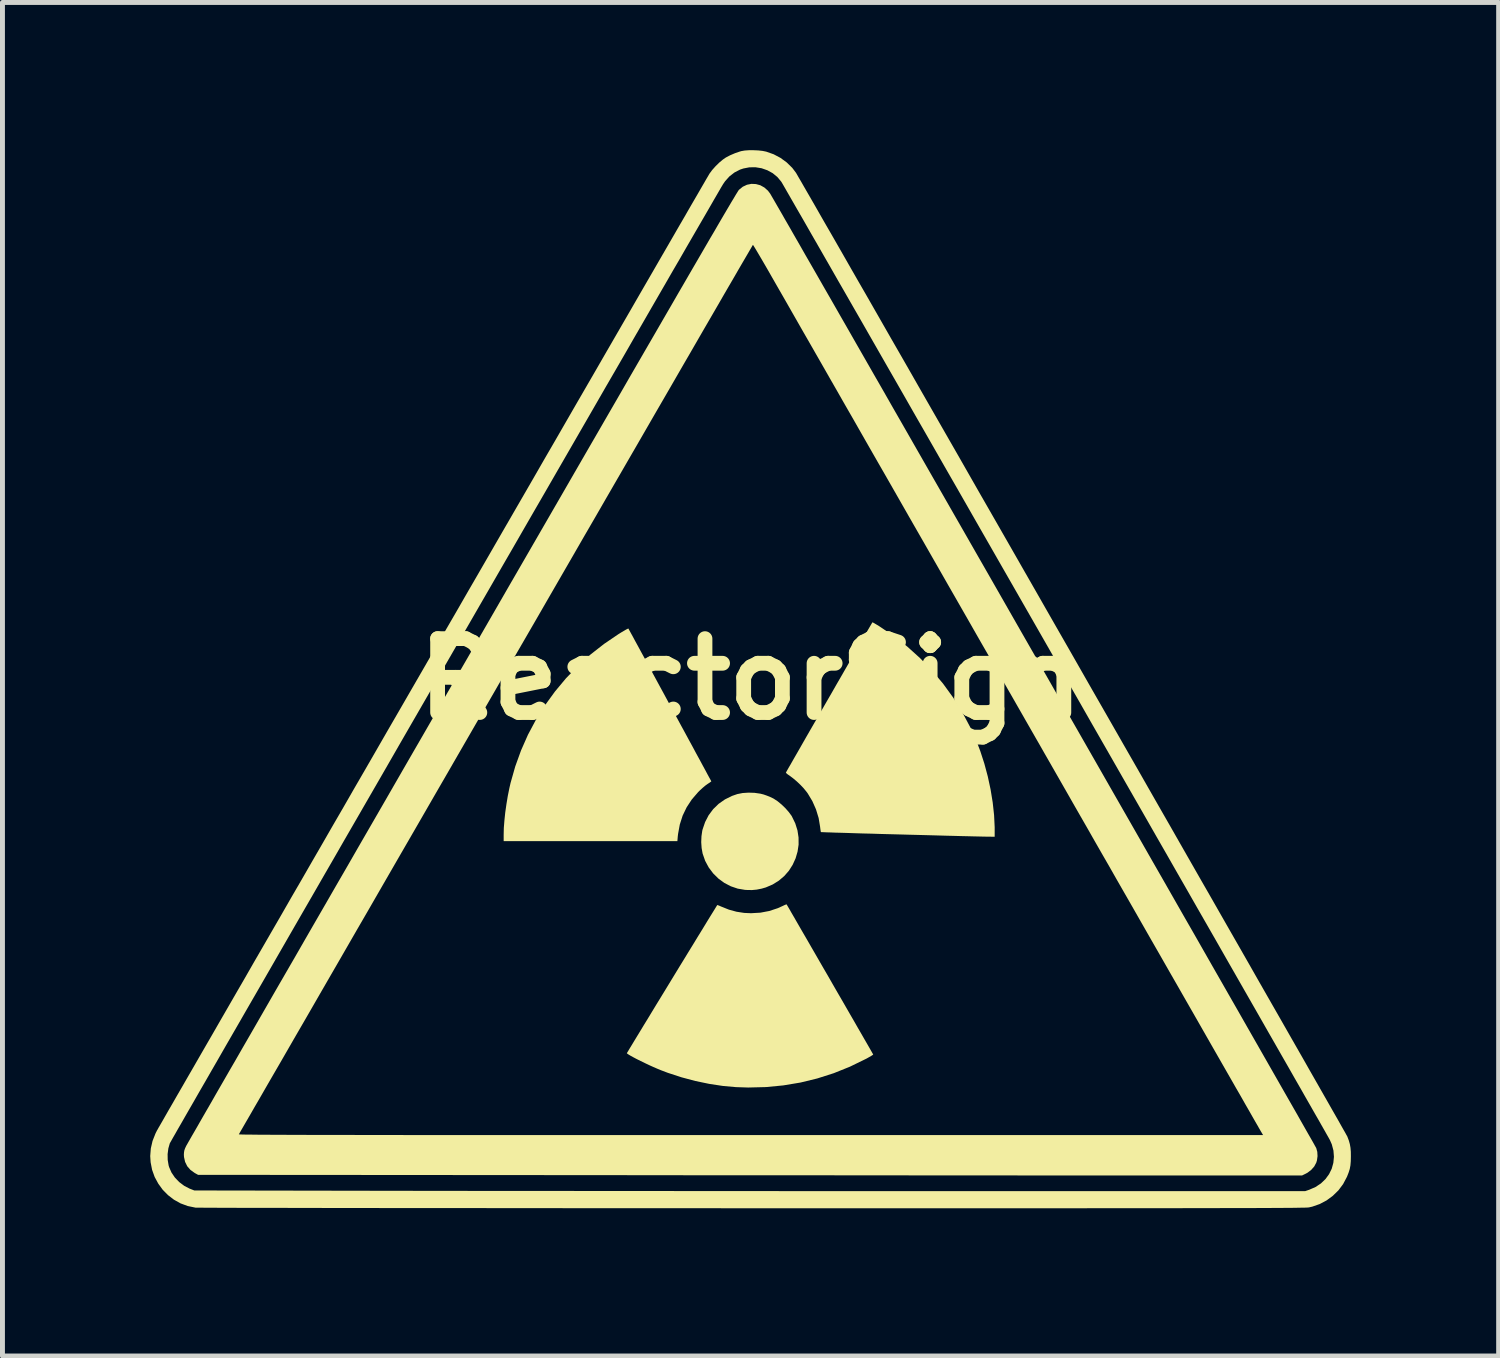
<source format=kicad_pcb>
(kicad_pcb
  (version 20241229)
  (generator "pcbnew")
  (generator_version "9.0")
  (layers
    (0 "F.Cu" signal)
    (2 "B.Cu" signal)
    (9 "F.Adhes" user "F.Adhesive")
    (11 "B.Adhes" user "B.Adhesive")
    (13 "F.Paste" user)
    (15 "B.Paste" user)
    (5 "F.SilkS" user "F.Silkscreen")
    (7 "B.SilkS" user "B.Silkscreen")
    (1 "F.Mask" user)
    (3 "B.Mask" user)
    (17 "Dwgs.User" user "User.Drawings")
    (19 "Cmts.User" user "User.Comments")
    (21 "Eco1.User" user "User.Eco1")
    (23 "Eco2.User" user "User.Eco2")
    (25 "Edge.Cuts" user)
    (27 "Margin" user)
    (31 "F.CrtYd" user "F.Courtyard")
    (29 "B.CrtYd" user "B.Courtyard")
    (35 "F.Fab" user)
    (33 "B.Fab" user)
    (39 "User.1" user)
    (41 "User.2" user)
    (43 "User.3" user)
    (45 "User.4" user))
  (footprint "ReactorSign"
    (layer "F.Cu")
    (at 12.192 10.738)
    (property "Reference" "ReactorSign" (at 0 0 0) (layer "F.SilkS") (effects (font (size 1.5 1.5) (thickness 0.3))))
    (attr board_only exclude_from_pos_files exclude_from_bom)
    (fp_poly (pts (xy 0.078 2.309) (xy 0.196 2.326) (xy 0.26 2.342) (xy 0.326 2.365) (xy 0.398 2.394) (xy 0.46 2.424) (xy 0.47 2.43) (xy 0.546 2.48) (xy 0.626 2.546) (xy 0.705 2.622) (xy 0.775 2.702) (xy 0.83 2.777) (xy 0.836 2.788) (xy 0.904 2.928) (xy 0.949 3.071) (xy 0.971 3.216) (xy 0.972 3.361) (xy 0.951 3.502) (xy 0.911 3.639) (xy 0.852 3.769) (xy 0.776 3.889) (xy 0.682 3.997) (xy 0.572 4.091) (xy 0.447 4.169) (xy 0.308 4.229) (xy 0.222 4.254) (xy 0.12 4.274) (xy 0.024 4.283) (xy -0.079 4.281) (xy -0.116 4.279) (xy -0.264 4.254) (xy -0.405 4.206) (xy -0.537 4.137) (xy -0.657 4.049) (xy -0.763 3.944) (xy -0.853 3.824) (xy -0.925 3.69) (xy -0.976 3.544) (xy -0.978 3.535) (xy -0.997 3.429) (xy -1.005 3.31) (xy -1 3.19) (xy -0.984 3.079) (xy -0.978 3.054) (xy -0.926 2.902) (xy -0.854 2.763) (xy -0.762 2.64) (xy -0.651 2.532) (xy -0.524 2.443) (xy -0.381 2.372) (xy -0.271 2.334) (xy -0.164 2.313) (xy -0.045 2.305)) (stroke (width 0) (type solid)) (fill yes) (layer "F.SilkS"))
    (fp_poly (pts (xy -2.485 -1.028) (xy -2.478 -1.016) (xy -2.46 -0.983) (xy -2.432 -0.932) (xy -2.394 -0.863) (xy -2.348 -0.777) (xy -2.293 -0.677) (xy -2.232 -0.564) (xy -2.164 -0.44) (xy -2.091 -0.306) (xy -2.014 -0.163) (xy -1.933 -0.014) (xy -1.849 0.141) (xy -1.763 0.299) (xy -1.676 0.46) (xy -1.588 0.621) (xy -1.501 0.782) (xy -1.416 0.939) (xy -1.332 1.093) (xy -1.252 1.241) (xy -1.175 1.382) (xy -1.104 1.515) (xy -1.037 1.637) (xy -0.978 1.747) (xy -0.925 1.844) (xy -0.881 1.927) (xy -0.845 1.993) (xy -0.819 2.04) (xy -0.804 2.069) (xy -0.8 2.076) (xy -0.81 2.084) (xy -0.836 2.103) (xy -0.873 2.127) (xy -0.88 2.132) (xy -0.923 2.163) (xy -0.975 2.207) (xy -1.029 2.256) (xy -1.069 2.296) (xy -1.196 2.443) (xy -1.3 2.601) (xy -1.382 2.771) (xy -1.44 2.952) (xy -1.475 3.143) (xy -1.481 3.192) (xy -1.489 3.289) (xy -3.253 3.289) (xy -5.016 3.289) (xy -5.016 3.158) (xy -5.013 3.024) (xy -5.001 2.872) (xy -4.984 2.709) (xy -4.96 2.54) (xy -4.932 2.371) (xy -4.899 2.208) (xy -4.876 2.108) (xy -4.781 1.773) (xy -4.663 1.447) (xy -4.523 1.13) (xy -4.36 0.824) (xy -4.177 0.531) (xy -3.973 0.25) (xy -3.751 -0.016) (xy -3.51 -0.266) (xy -3.252 -0.5) (xy -2.977 -0.715) (xy -2.687 -0.912) (xy -2.629 -0.948) (xy -2.576 -0.979) (xy -2.532 -1.005) (xy -2.5 -1.021) (xy -2.485 -1.028)) (stroke (width 0) (type solid)) (fill yes) (layer "F.SilkS"))
    (fp_poly (pts (xy 2.482 -1.149) (xy 2.511 -1.133) (xy 2.553 -1.108) (xy 2.604 -1.077) (xy 2.612 -1.072) (xy 2.903 -0.876) (xy 3.179 -0.66) (xy 3.438 -0.426) (xy 3.68 -0.175) (xy 3.904 0.091) (xy 4.109 0.373) (xy 4.293 0.668) (xy 4.456 0.976) (xy 4.597 1.294) (xy 4.661 1.462) (xy 4.743 1.715) (xy 4.813 1.976) (xy 4.87 2.241) (xy 4.913 2.505) (xy 4.941 2.762) (xy 4.953 3.007) (xy 4.953 3.051) (xy 4.953 3.2) (xy 4.791 3.199) (xy 4.758 3.198) (xy 4.701 3.197) (xy 4.622 3.195) (xy 4.523 3.193) (xy 4.406 3.19) (xy 4.272 3.187) (xy 4.123 3.183) (xy 3.96 3.179) (xy 3.786 3.174) (xy 3.602 3.169) (xy 3.41 3.164) (xy 3.211 3.159) (xy 3.03 3.154) (xy 2.831 3.149) (xy 2.638 3.144) (xy 2.455 3.138) (xy 2.281 3.134) (xy 2.119 3.129) (xy 1.97 3.124) (xy 1.836 3.12) (xy 1.718 3.117) (xy 1.618 3.113) (xy 1.537 3.111) (xy 1.477 3.108) (xy 1.439 3.107) (xy 1.425 3.106) (xy 1.425 3.106) (xy 1.421 3.091) (xy 1.416 3.058) (xy 1.41 3.012) (xy 1.409 3.001) (xy 1.379 2.821) (xy 1.325 2.644) (xy 1.251 2.477) (xy 1.158 2.322) (xy 1.13 2.284) (xy 1.076 2.218) (xy 1.009 2.147) (xy 0.936 2.078) (xy 0.863 2.016) (xy 0.798 1.967) (xy 0.787 1.959) (xy 0.75 1.934) (xy 0.724 1.912) (xy 0.714 1.898) (xy 0.714 1.898) (xy 0.721 1.886) (xy 0.739 1.854) (xy 0.768 1.802) (xy 0.808 1.734) (xy 0.856 1.649) (xy 0.913 1.55) (xy 0.977 1.439) (xy 1.047 1.316) (xy 1.123 1.183) (xy 1.204 1.042) (xy 1.289 0.895) (xy 1.377 0.742) (xy 1.467 0.586) (xy 1.558 0.428) (xy 1.65 0.269) (xy 1.74 0.111) (xy 1.83 -0.044) (xy 1.917 -0.196) (xy 2.001 -0.341) (xy 2.081 -0.48) (xy 2.156 -0.61) (xy 2.225 -0.729) (xy 2.287 -0.837) (xy 2.342 -0.932) (xy 2.388 -1.012) (xy 2.425 -1.075) (xy 2.452 -1.121) (xy 2.467 -1.147) (xy 2.471 -1.153)) (stroke (width 0) (type solid)) (fill yes) (layer "F.SilkS"))
    (fp_poly (pts (xy 0.728 4.573) (xy 0.735 4.585) (xy 0.754 4.617) (xy 0.784 4.668) (xy 0.823 4.737) (xy 0.872 4.821) (xy 0.929 4.92) (xy 0.993 5.031) (xy 1.064 5.154) (xy 1.141 5.286) (xy 1.222 5.427) (xy 1.307 5.574) (xy 1.395 5.727) (xy 1.485 5.883) (xy 1.577 6.041) (xy 1.668 6.2) (xy 1.759 6.358) (xy 1.849 6.513) (xy 1.936 6.664) (xy 2.02 6.81) (xy 2.1 6.948) (xy 2.174 7.078) (xy 2.243 7.197) (xy 2.305 7.305) (xy 2.36 7.4) (xy 2.406 7.48) (xy 2.442 7.543) (xy 2.468 7.589) (xy 2.483 7.615) (xy 2.487 7.621) (xy 2.478 7.63) (xy 2.45 7.648) (xy 2.407 7.673) (xy 2.354 7.703) (xy 2.334 7.713) (xy 2.014 7.869) (xy 1.686 8.001) (xy 1.351 8.108) (xy 1.01 8.191) (xy 0.662 8.249) (xy 0.308 8.283) (xy -0.052 8.292) (xy -0.298 8.284) (xy -0.566 8.26) (xy -0.843 8.218) (xy -1.126 8.159) (xy -1.407 8.084) (xy -1.682 7.994) (xy -1.822 7.941) (xy -1.897 7.91) (xy -1.978 7.875) (xy -2.064 7.836) (xy -2.15 7.795) (xy -2.234 7.754) (xy -2.313 7.715) (xy -2.383 7.678) (xy -2.441 7.646) (xy -2.484 7.62) (xy -2.509 7.602) (xy -2.515 7.595) (xy -2.508 7.583) (xy -2.489 7.552) (xy -2.459 7.501) (xy -2.418 7.434) (xy -2.368 7.351) (xy -2.309 7.254) (xy -2.242 7.144) (xy -2.169 7.023) (xy -2.089 6.893) (xy -2.005 6.754) (xy -1.917 6.609) (xy -1.825 6.459) (xy -1.731 6.305) (xy -1.636 6.149) (xy -1.541 5.993) (xy -1.446 5.837) (xy -1.352 5.684) (xy -1.261 5.535) (xy -1.173 5.392) (xy -1.09 5.255) (xy -1.011 5.127) (xy -0.939 5.009) (xy -0.874 4.902) (xy -0.816 4.808) (xy -0.767 4.729) (xy -0.728 4.666) (xy -0.7 4.62) (xy -0.684 4.594) (xy -0.679 4.587) (xy -0.667 4.59) (xy -0.638 4.601) (xy -0.602 4.617) (xy -0.442 4.681) (xy -0.288 4.723) (xy -0.132 4.747) (xy 0.006 4.753) (xy 0.196 4.742) (xy 0.376 4.708) (xy 0.549 4.651) (xy 0.642 4.609) (xy 0.682 4.59) (xy 0.713 4.577) (xy 0.728 4.573)) (stroke (width 0) (type solid)) (fill yes) (layer "F.SilkS"))
    (fp_poly (pts (xy 0.105 -10.051) (xy 0.194 -10.027) (xy 0.277 -9.981) (xy 0.35 -9.916) (xy 0.39 -9.863) (xy 0.4 -9.848) (xy 0.421 -9.811) (xy 0.455 -9.753) (xy 0.5 -9.675) (xy 0.556 -9.578) (xy 0.623 -9.462) (xy 0.7 -9.327) (xy 0.788 -9.175) (xy 0.885 -9.005) (xy 0.992 -8.819) (xy 1.107 -8.617) (xy 1.232 -8.4) (xy 1.365 -8.168) (xy 1.506 -7.922) (xy 1.655 -7.663) (xy 1.811 -7.39) (xy 1.974 -7.106) (xy 2.143 -6.81) (xy 2.319 -6.503) (xy 2.501 -6.185) (xy 2.689 -5.858) (xy 2.881 -5.521) (xy 3.079 -5.176) (xy 3.281 -4.823) (xy 3.487 -4.463) (xy 3.697 -4.096) (xy 3.911 -3.723) (xy 4.128 -3.344) (xy 4.348 -2.96) (xy 4.57 -2.572) (xy 4.794 -2.181) (xy 5.02 -1.786) (xy 5.247 -1.389) (xy 5.475 -0.99) (xy 5.704 -0.59) (xy 5.934 -0.189) (xy 6.163 0.212) (xy 6.392 0.613) (xy 6.621 1.012) (xy 6.848 1.409) (xy 7.074 1.804) (xy 7.298 2.196) (xy 7.52 2.584) (xy 7.74 2.968) (xy 7.957 3.348) (xy 8.17 3.721) (xy 8.381 4.089) (xy 8.587 4.45) (xy 8.789 4.804) (xy 8.987 5.149) (xy 9.18 5.487) (xy 9.367 5.815) (xy 9.549 6.133) (xy 9.725 6.441) (xy 9.895 6.738) (xy 10.058 7.024) (xy 10.214 7.297) (xy 10.363 7.558) (xy 10.504 7.805) (xy 10.637 8.038) (xy 10.762 8.257) (xy 10.878 8.46) (xy 10.985 8.647) (xy 11.083 8.818) (xy 11.17 8.972) (xy 11.248 9.109) (xy 11.315 9.227) (xy 11.372 9.326) (xy 11.417 9.405) (xy 11.45 9.465) (xy 11.472 9.504) (xy 11.482 9.521) (xy 11.482 9.522) (xy 11.503 9.598) (xy 11.508 9.685) (xy 11.496 9.772) (xy 11.482 9.818) (xy 11.441 9.895) (xy 11.38 9.964) (xy 11.304 10.022) (xy 11.267 10.042) (xy 11.195 10.077) (xy 8.255 10.078) (xy 8.072 10.078) (xy 7.865 10.078) (xy 7.634 10.078) (xy 7.381 10.077) (xy 7.106 10.077) (xy 6.812 10.077) (xy 6.498 10.077) (xy 6.165 10.077) (xy 5.816 10.077) (xy 5.45 10.077) (xy 5.069 10.076) (xy 4.674 10.076) (xy 4.266 10.076) (xy 3.846 10.076) (xy 3.415 10.076) (xy 2.973 10.075) (xy 2.523 10.075) (xy 2.064 10.075) (xy 1.599 10.074) (xy 1.128 10.074) (xy 0.651 10.074) (xy 0.171 10.074) (xy -0.312 10.073) (xy -0.798 10.073) (xy -1.284 10.073) (xy -1.769 10.072) (xy -2.254 10.072) (xy -2.737 10.071) (xy -2.953 10.071) (xy -11.22 10.065) (xy -11.289 10.027) (xy -11.374 9.966) (xy -11.44 9.891) (xy -11.484 9.802) (xy -11.506 9.704) (xy -11.509 9.656) (xy -11.506 9.608) (xy -11.499 9.567) (xy -11.484 9.525) (xy -11.46 9.474) (xy -11.451 9.459) (xy -11.43 9.422) (xy -11.397 9.364) (xy -11.352 9.285) (xy -11.327 9.242) (xy -10.393 9.242) (xy -10.389 9.243) (xy -10.376 9.244) (xy -10.354 9.245) (xy -10.323 9.246) (xy -10.28 9.247) (xy -10.228 9.248) (xy -10.164 9.248) (xy -10.088 9.249) (xy -10 9.25) (xy -9.9 9.251) (xy -9.787 9.251) (xy -9.661 9.252) (xy -9.521 9.252) (xy -9.366 9.253) (xy -9.197 9.253) (xy -9.013 9.254) (xy -8.813 9.254) (xy -8.598 9.255) (xy -8.366 9.255) (xy -8.117 9.255) (xy -7.85 9.256) (xy -7.566 9.256) (xy -7.264 9.256) (xy -6.943 9.257) (xy -6.603 9.257) (xy -6.244 9.257) (xy -5.864 9.257) (xy -5.465 9.257) (xy -5.044 9.258) (xy -4.602 9.258) (xy -4.139 9.258) (xy -3.653 9.258) (xy -3.144 9.258) (xy -2.613 9.258) (xy -2.058 9.258) (xy -1.48 9.258) (xy -0.876 9.258) (xy -0.249 9.258) (xy 0.000286 9.258) (xy 10.403 9.258) (xy 10.378 9.217) (xy 10.376 9.213) (xy 10.373 9.208) (xy 10.37 9.202) (xy 10.365 9.195) (xy 10.359 9.184) (xy 10.351 9.171) (xy 10.341 9.153) (xy 10.329 9.132) (xy 10.313 9.105) (xy 10.295 9.072) (xy 10.272 9.033) (xy 10.246 8.988) (xy 10.215 8.934) (xy 10.18 8.873) (xy 10.14 8.802) (xy 10.094 8.722) (xy 10.042 8.632) (xy 9.985 8.531) (xy 9.921 8.419) (xy 9.849 8.295) (xy 9.771 8.158) (xy 9.685 8.008) (xy 9.591 7.844) (xy 9.489 7.666) (xy 9.378 7.472) (xy 9.258 7.262) (xy 9.129 7.036) (xy 8.99 6.793) (xy 8.841 6.533) (xy 8.681 6.253) (xy 8.51 5.955) (xy 8.329 5.638) (xy 8.135 5.3) (xy 7.93 4.941) (xy 7.741 4.61) (xy 7.585 4.338) (xy 7.43 4.068) (xy 7.277 3.799) (xy 7.125 3.535) (xy 6.976 3.275) (xy 6.831 3.02) (xy 6.689 2.773) (xy 6.552 2.534) (xy 6.421 2.304) (xy 6.295 2.084) (xy 6.176 1.876) (xy 6.064 1.68) (xy 5.96 1.499) (xy 5.865 1.332) (xy 5.778 1.181) (xy 5.702 1.048) (xy 5.636 0.933) (xy 5.581 0.837) (xy 5.539 0.763) (xy 5.531 0.749) (xy 5.496 0.688) (xy 5.449 0.606) (xy 5.39 0.503) (xy 5.321 0.382) (xy 5.241 0.243) (xy 5.151 0.086) (xy 5.053 -0.086) (xy 4.946 -0.273) (xy 4.831 -0.474) (xy 4.708 -0.688) (xy 4.579 -0.913) (xy 4.444 -1.15) (xy 4.303 -1.396) (xy 4.157 -1.651) (xy 4.006 -1.914) (xy 3.852 -2.184) (xy 3.694 -2.46) (xy 3.534 -2.74) (xy 3.371 -3.024) (xy 3.207 -3.31) (xy 3.042 -3.599) (xy 2.877 -3.888) (xy 2.712 -4.176) (xy 2.547 -4.463) (xy 2.384 -4.748) (xy 2.223 -5.03) (xy 2.065 -5.307) (xy 1.909 -5.578) (xy 1.758 -5.843) (xy 1.61 -6.101) (xy 1.468 -6.35) (xy 1.331 -6.589) (xy 1.2 -6.818) (xy 1.075 -7.035) (xy 0.958 -7.24) (xy 0.849 -7.431) (xy 0.748 -7.608) (xy 0.656 -7.769) (xy 0.573 -7.913) (xy 0.502 -8.037) (xy 0.428 -8.166) (xy 0.358 -8.289) (xy 0.292 -8.403) (xy 0.232 -8.506) (xy 0.178 -8.598) (xy 0.132 -8.676) (xy 0.095 -8.738) (xy 0.067 -8.784) (xy 0.05 -8.81) (xy 0.045 -8.816) (xy 0.038 -8.806) (xy 0.019 -8.773) (xy -0.012 -8.72) (xy -0.055 -8.646) (xy -0.11 -8.552) (xy -0.176 -8.439) (xy -0.253 -8.307) (xy -0.34 -8.156) (xy -0.438 -7.988) (xy -0.546 -7.802) (xy -0.663 -7.599) (xy -0.79 -7.38) (xy -0.926 -7.146) (xy -1.071 -6.895) (xy -1.224 -6.63) (xy -1.386 -6.351) (xy -1.555 -6.058) (xy -1.732 -5.752) (xy -1.917 -5.433) (xy -2.108 -5.102) (xy -2.306 -4.759) (xy -2.511 -4.405) (xy -2.722 -4.04) (xy -2.939 -3.665) (xy -3.161 -3.28) (xy -3.389 -2.887) (xy -3.621 -2.484) (xy -3.858 -2.074) (xy -4.1 -1.655) (xy -4.345 -1.23) (xy -4.595 -0.798) (xy -4.848 -0.361) (xy -5.104 0.083) (xy -5.174 0.205) (xy -5.431 0.65) (xy -5.685 1.09) (xy -5.935 1.523) (xy -6.182 1.951) (xy -6.425 2.371) (xy -6.663 2.784) (xy -6.897 3.189) (xy -7.126 3.585) (xy -7.35 3.973) (xy -7.568 4.351) (xy -7.78 4.719) (xy -7.987 5.076) (xy -8.187 5.423) (xy -8.38 5.758) (xy -8.567 6.081) (xy -8.746 6.391) (xy -8.917 6.688) (xy -9.081 6.972) (xy -9.237 7.241) (xy -9.384 7.496) (xy -9.522 7.736) (xy -9.652 7.96) (xy -9.772 8.167) (xy -9.882 8.358) (xy -9.982 8.532) (xy -10.073 8.688) (xy -10.152 8.826) (xy -10.221 8.945) (xy -10.279 9.045) (xy -10.325 9.125) (xy -10.36 9.185) (xy -10.382 9.224) (xy -10.392 9.241) (xy -10.393 9.242) (xy -11.327 9.242) (xy -11.295 9.187) (xy -11.227 9.069) (xy -11.149 8.932) (xy -11.059 8.776) (xy -10.959 8.603) (xy -10.85 8.412) (xy -10.73 8.204) (xy -10.601 7.98) (xy -10.462 7.74) (xy -10.315 7.484) (xy -10.159 7.214) (xy -9.995 6.929) (xy -9.823 6.63) (xy -9.643 6.317) (xy -9.455 5.992) (xy -9.26 5.655) (xy -9.059 5.305) (xy -8.851 4.944) (xy -8.636 4.572) (xy -8.416 4.19) (xy -8.189 3.798) (xy -7.958 3.396) (xy -7.721 2.986) (xy -7.479 2.567) (xy -7.233 2.14) (xy -6.983 1.706) (xy -6.728 1.265) (xy -6.47 0.818) (xy -6.209 0.365) (xy -5.944 -0.093) (xy -5.855 -0.248) (xy -5.523 -0.822) (xy -5.204 -1.375) (xy -4.898 -1.906) (xy -4.603 -2.416) (xy -4.32 -2.906) (xy -4.049 -3.375) (xy -3.789 -3.825) (xy -3.541 -4.255) (xy -3.303 -4.667) (xy -3.076 -5.059) (xy -2.86 -5.433) (xy -2.654 -5.789) (xy -2.459 -6.128) (xy -2.273 -6.449) (xy -2.097 -6.753) (xy -1.93 -7.041) (xy -1.773 -7.313) (xy -1.625 -7.568) (xy -1.486 -7.809) (xy -1.355 -8.034) (xy -1.233 -8.245) (xy -1.119 -8.441) (xy -1.013 -8.623) (xy -0.915 -8.792) (xy -0.825 -8.947) (xy -0.741 -9.089) (xy -0.666 -9.219) (xy -0.597 -9.337) (xy -0.535 -9.443) (xy -0.479 -9.538) (xy -0.43 -9.621) (xy -0.387 -9.694) (xy -0.349 -9.756) (xy -0.318 -9.809) (xy -0.292 -9.852) (xy -0.271 -9.885) (xy -0.256 -9.91) (xy -0.245 -9.926) (xy -0.239 -9.934) (xy -0.238 -9.935) (xy -0.161 -9.997) (xy -0.076 -10.037) (xy 0.014 -10.055)) (stroke (width 0) (type solid)) (fill yes) (layer "F.SilkS"))
    (fp_poly (pts (xy 0.153 -10.734) (xy 0.242 -10.724) (xy 0.315 -10.709) (xy 0.465 -10.656) (xy 0.605 -10.582) (xy 0.732 -10.489) (xy 0.843 -10.38) (xy 0.913 -10.288) (xy 0.923 -10.273) (xy 0.945 -10.235) (xy 0.978 -10.177) (xy 1.024 -10.099) (xy 1.08 -10.001) (xy 1.147 -9.885) (xy 1.225 -9.75) (xy 1.313 -9.597) (xy 1.41 -9.427) (xy 1.517 -9.24) (xy 1.634 -9.038) (xy 1.759 -8.82) (xy 1.892 -8.588) (xy 2.033 -8.341) (xy 2.182 -8.081) (xy 2.339 -7.809) (xy 2.502 -7.524) (xy 2.672 -7.227) (xy 2.848 -6.919) (xy 3.031 -6.601) (xy 3.219 -6.273) (xy 3.412 -5.935) (xy 3.61 -5.589) (xy 3.813 -5.235) (xy 4.02 -4.874) (xy 4.231 -4.506) (xy 4.445 -4.131) (xy 4.662 -3.751) (xy 4.883 -3.366) (xy 5.106 -2.977) (xy 5.331 -2.584) (xy 5.558 -2.187) (xy 5.786 -1.789) (xy 6.015 -1.388) (xy 6.245 -0.986) (xy 6.476 -0.583) (xy 6.706 -0.18) (xy 6.936 0.223) (xy 7.166 0.624) (xy 7.395 1.024) (xy 7.622 1.421) (xy 7.848 1.815) (xy 8.071 2.206) (xy 8.292 2.593) (xy 8.511 2.975) (xy 8.726 3.352) (xy 8.938 3.723) (xy 9.146 4.087) (xy 9.351 4.444) (xy 9.55 4.793) (xy 9.745 5.134) (xy 9.935 5.466) (xy 10.119 5.788) (xy 10.297 6.101) (xy 10.469 6.402) (xy 10.635 6.692) (xy 10.794 6.97) (xy 10.945 7.235) (xy 11.089 7.487) (xy 11.225 7.725) (xy 11.352 7.949) (xy 11.471 8.157) (xy 11.581 8.35) (xy 11.682 8.527) (xy 11.773 8.687) (xy 11.854 8.829) (xy 11.925 8.953) (xy 11.984 9.058) (xy 12.033 9.145) (xy 12.071 9.211) (xy 12.096 9.257) (xy 12.11 9.281) (xy 12.112 9.285) (xy 12.143 9.367) (xy 12.164 9.441) (xy 12.177 9.514) (xy 12.184 9.596) (xy 12.185 9.69) (xy 12.183 9.789) (xy 12.176 9.872) (xy 12.162 9.946) (xy 12.139 10.019) (xy 12.107 10.101) (xy 12.101 10.113) (xy 12.027 10.253) (xy 11.932 10.38) (xy 11.819 10.49) (xy 11.692 10.584) (xy 11.552 10.658) (xy 11.403 10.71) (xy 11.334 10.726) (xy 11.326 10.727) (xy 11.313 10.728) (xy 11.296 10.729) (xy 11.272 10.73) (xy 11.243 10.731) (xy 11.207 10.732) (xy 11.164 10.732) (xy 11.113 10.733) (xy 11.055 10.734) (xy 10.988 10.735) (xy 10.911 10.735) (xy 10.826 10.736) (xy 10.73 10.737) (xy 10.624 10.737) (xy 10.508 10.738) (xy 10.379 10.738) (xy 10.239 10.739) (xy 10.087 10.739) (xy 9.922 10.74) (xy 9.743 10.74) (xy 9.551 10.74) (xy 9.345 10.741) (xy 9.123 10.741) (xy 8.887 10.741) (xy 8.635 10.742) (xy 8.367 10.742) (xy 8.082 10.742) (xy 7.78 10.742) (xy 7.46 10.742) (xy 7.123 10.742) (xy 6.767 10.743) (xy 6.391 10.743) (xy 5.997 10.743) (xy 5.582 10.743) (xy 5.147 10.743) (xy 4.691 10.743) (xy 4.213 10.743) (xy 3.714 10.743) (xy 3.192 10.743) (xy 2.647 10.743) (xy 2.079 10.743) (xy 1.488 10.743) (xy 0.871 10.743) (xy 0.231 10.743) (xy 0.021 10.743) (xy -0.512 10.743) (xy -1.04 10.742) (xy -1.561 10.742) (xy -2.075 10.742) (xy -2.581 10.742) (xy -3.078 10.742) (xy -3.567 10.742) (xy -4.046 10.741) (xy -4.515 10.741) (xy -4.973 10.741) (xy -5.42 10.74) (xy -5.856 10.74) (xy -6.279 10.74) (xy -6.688 10.74) (xy -7.085 10.739) (xy -7.467 10.739) (xy -7.835 10.738) (xy -8.187 10.738) (xy -8.523 10.738) (xy -8.843 10.737) (xy -9.146 10.737) (xy -9.431 10.736) (xy -9.698 10.736) (xy -9.947 10.735) (xy -10.176 10.735) (xy -10.385 10.735) (xy -10.574 10.734) (xy -10.741 10.734) (xy -10.887 10.733) (xy -11.011 10.733) (xy -11.112 10.732) (xy -11.189 10.732) (xy -11.243 10.731) (xy -11.272 10.731) (xy -11.277 10.73) (xy -11.431 10.698) (xy -11.577 10.644) (xy -11.711 10.569) (xy -11.832 10.476) (xy -11.939 10.367) (xy -12.029 10.243) (xy -12.102 10.108) (xy -12.154 9.963) (xy -12.184 9.809) (xy -12.192 9.684) (xy -12.189 9.644) (xy -11.839 9.644) (xy -11.837 9.763) (xy -11.818 9.876) (xy -11.809 9.906) (xy -11.761 10.017) (xy -11.692 10.119) (xy -11.604 10.211) (xy -11.502 10.288) (xy -11.39 10.346) (xy -11.381 10.349) (xy -11.297 10.382) (xy -7.29 10.389) (xy -7.023 10.389) (xy -6.733 10.39) (xy -6.42 10.39) (xy -6.085 10.39) (xy -5.731 10.391) (xy -5.358 10.391) (xy -4.967 10.391) (xy -4.561 10.392) (xy -4.139 10.392) (xy -3.705 10.392) (xy -3.258 10.393) (xy -2.801 10.393) (xy -2.334 10.393) (xy -1.86 10.393) (xy -1.379 10.394) (xy -0.892 10.394) (xy -0.402 10.394) (xy 0.091 10.394) (xy 0.586 10.395) (xy 1.08 10.395) (xy 1.572 10.395) (xy 2.062 10.395) (xy 2.548 10.395) (xy 3.029 10.395) (xy 3.503 10.395) (xy 3.968 10.395) (xy 3.988 10.395) (xy 11.259 10.395) (xy 11.341 10.367) (xy 11.467 10.312) (xy 11.577 10.239) (xy 11.669 10.151) (xy 11.742 10.051) (xy 11.796 9.941) (xy 11.829 9.822) (xy 11.841 9.699) (xy 11.831 9.572) (xy 11.797 9.444) (xy 11.759 9.358) (xy 11.75 9.342) (xy 11.729 9.304) (xy 11.696 9.246) (xy 11.652 9.168) (xy 11.596 9.07) (xy 11.53 8.953) (xy 11.452 8.818) (xy 11.365 8.665) (xy 11.268 8.496) (xy 11.162 8.309) (xy 11.046 8.107) (xy 10.922 7.889) (xy 10.789 7.657) (xy 10.648 7.41) (xy 10.499 7.15) (xy 10.344 6.878) (xy 10.181 6.593) (xy 10.011 6.296) (xy 9.835 5.988) (xy 9.653 5.67) (xy 9.466 5.342) (xy 9.273 5.005) (xy 9.075 4.66) (xy 8.873 4.306) (xy 8.666 3.945) (xy 8.456 3.577) (xy 8.242 3.204) (xy 8.025 2.824) (xy 7.805 2.44) (xy 7.582 2.051) (xy 7.358 1.659) (xy 7.131 1.263) (xy 6.903 0.865) (xy 6.675 0.465) (xy 6.445 0.064) (xy 6.215 -0.337) (xy 5.985 -0.739) (xy 5.755 -1.141) (xy 5.526 -1.541) (xy 5.298 -1.939) (xy 5.071 -2.335) (xy 4.846 -2.728) (xy 4.623 -3.117) (xy 4.403 -3.502) (xy 4.185 -3.883) (xy 3.97 -4.257) (xy 3.759 -4.626) (xy 3.552 -4.988) (xy 3.348 -5.343) (xy 3.15 -5.69) (xy 2.956 -6.029) (xy 2.767 -6.358) (xy 2.584 -6.678) (xy 2.407 -6.987) (xy 2.236 -7.286) (xy 2.071 -7.573) (xy 1.914 -7.847) (xy 1.763 -8.109) (xy 1.621 -8.358) (xy 1.486 -8.593) (xy 1.36 -8.813) (xy 1.242 -9.018) (xy 1.134 -9.207) (xy 1.035 -9.38) (xy 0.945 -9.535) (xy 0.866 -9.673) (xy 0.797 -9.793) (xy 0.739 -9.894) (xy 0.692 -9.976) (xy 0.657 -10.037) (xy 0.633 -10.078) (xy 0.621 -10.098) (xy 0.62 -10.099) (xy 0.541 -10.194) (xy 0.446 -10.272) (xy 0.338 -10.331) (xy 0.221 -10.372) (xy 0.098 -10.392) (xy -0.027 -10.391) (xy -0.15 -10.367) (xy -0.218 -10.344) (xy -0.33 -10.286) (xy -0.433 -10.206) (xy -0.52 -10.109) (xy -0.562 -10.048) (xy -0.575 -10.026) (xy -0.601 -9.983) (xy -0.638 -9.919) (xy -0.686 -9.836) (xy -0.746 -9.733) (xy -0.816 -9.611) (xy -0.897 -9.471) (xy -0.988 -9.314) (xy -1.089 -9.14) (xy -1.199 -8.95) (xy -1.319 -8.743) (xy -1.446 -8.522) (xy -1.583 -8.287) (xy -1.727 -8.037) (xy -1.879 -7.774) (xy -2.038 -7.499) (xy -2.204 -7.211) (xy -2.377 -6.912) (xy -2.555 -6.602) (xy -2.74 -6.282) (xy -2.931 -5.953) (xy -3.126 -5.614) (xy -3.326 -5.267) (xy -3.531 -4.912) (xy -3.74 -4.55) (xy -3.953 -4.181) (xy -4.169 -3.806) (xy -4.389 -3.426) (xy -4.611 -3.041) (xy -4.835 -2.652) (xy -5.062 -2.26) (xy -5.29 -1.864) (xy -5.52 -1.466) (xy -5.75 -1.067) (xy -5.981 -0.666) (xy -6.213 -0.264) (xy -6.444 0.137) (xy -6.675 0.537) (xy -6.906 0.937) (xy -7.135 1.334) (xy -7.362 1.729) (xy -7.588 2.121) (xy -7.812 2.509) (xy -8.033 2.892) (xy -8.252 3.271) (xy -8.467 3.645) (xy -8.679 4.012) (xy -8.886 4.372) (xy -9.09 4.725) (xy -9.289 5.07) (xy -9.483 5.407) (xy -9.671 5.734) (xy -9.854 6.052) (xy -10.031 6.359) (xy -10.202 6.655) (xy -10.366 6.94) (xy -10.523 7.212) (xy -10.673 7.472) (xy -10.814 7.718) (xy -10.948 7.95) (xy -11.073 8.168) (xy -11.19 8.37) (xy -11.297 8.557) (xy -11.395 8.727) (xy -11.483 8.88) (xy -11.56 9.015) (xy -11.628 9.132) (xy -11.684 9.231) (xy -11.729 9.309) (xy -11.762 9.368) (xy -11.784 9.406) (xy -11.793 9.423) (xy -11.794 9.423) (xy -11.824 9.528) (xy -11.839 9.644) (xy -12.189 9.644) (xy -12.18 9.529) (xy -12.145 9.377) (xy -12.085 9.225) (xy -12.054 9.163) (xy -12.043 9.145) (xy -12.021 9.105) (xy -11.986 9.045) (xy -11.94 8.965) (xy -11.883 8.865) (xy -11.815 8.746) (xy -11.736 8.61) (xy -11.647 8.455) (xy -11.548 8.284) (xy -11.44 8.096) (xy -11.322 7.892) (xy -11.196 7.673) (xy -11.061 7.439) (xy -10.918 7.192) (xy -10.768 6.931) (xy -10.61 6.657) (xy -10.445 6.371) (xy -10.273 6.074) (xy -10.096 5.765) (xy -9.912 5.447) (xy -9.722 5.118) (xy -9.527 4.781) (xy -9.328 4.434) (xy -9.123 4.081) (xy -8.915 3.719) (xy -8.702 3.351) (xy -8.487 2.977) (xy -8.267 2.598) (xy -8.046 2.213) (xy -7.821 1.825) (xy -7.595 1.433) (xy -7.367 1.037) (xy -7.137 0.64) (xy -6.906 0.24) (xy -6.675 -0.16) (xy -6.443 -0.562) (xy -6.212 -0.963) (xy -5.98 -1.363) (xy -5.75 -1.763) (xy -5.52 -2.16) (xy -5.292 -2.555) (xy -5.066 -2.947) (xy -4.841 -3.336) (xy -4.619 -3.72) (xy -4.4 -4.099) (xy -4.185 -4.473) (xy -3.972 -4.84) (xy -3.764 -5.201) (xy -3.56 -5.555) (xy -3.36 -5.9) (xy -3.165 -6.237) (xy -2.976 -6.565) (xy -2.792 -6.883) (xy -2.614 -7.191) (xy -2.442 -7.488) (xy -2.278 -7.773) (xy -2.12 -8.046) (xy -1.969 -8.307) (xy -1.827 -8.553) (xy -1.692 -8.786) (xy -1.566 -9.004) (xy -1.449 -9.207) (xy -1.34 -9.394) (xy -1.242 -9.565) (xy -1.153 -9.718) (xy -1.074 -9.854) (xy -1.006 -9.972) (xy -0.949 -10.07) (xy -0.903 -10.15) (xy -0.868 -10.209) (xy -0.846 -10.247) (xy -0.836 -10.264) (xy -0.836 -10.264) (xy -0.782 -10.337) (xy -0.715 -10.412) (xy -0.641 -10.485) (xy -0.567 -10.547) (xy -0.505 -10.59) (xy -0.419 -10.635) (xy -0.321 -10.677) (xy -0.225 -10.71) (xy -0.191 -10.72) (xy -0.122 -10.732) (xy -0.037 -10.738) (xy 0.058 -10.738)) (stroke (width 0) (type solid)) (fill yes) (layer "F.SilkS")))
  (gr_rect
    (start -3 -3)
    (end 27.377 24.481)
    (stroke (width 0.1) (type default))
    (fill no)
    (layer "Edge.Cuts")))
</source>
